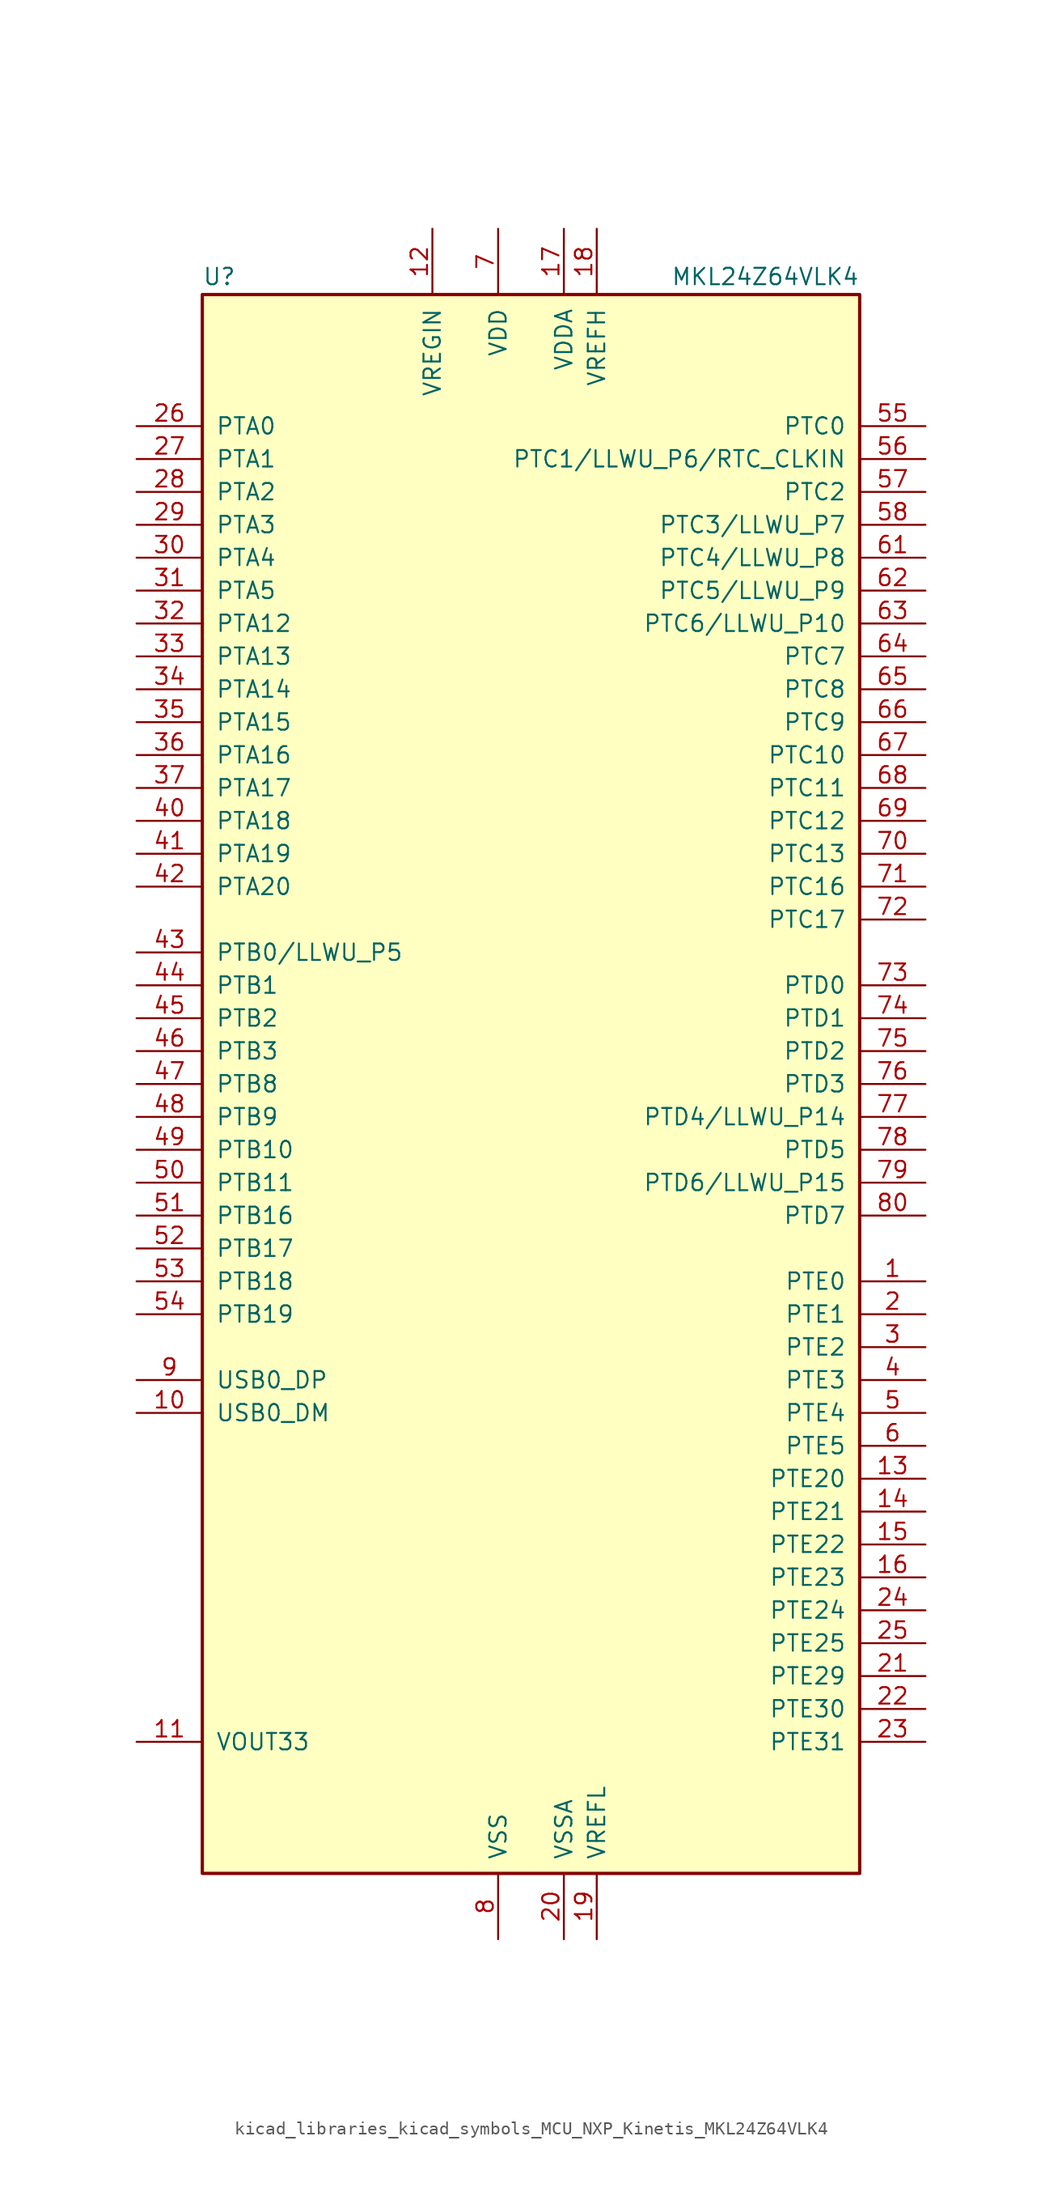
<source format=kicad_sym>
(kicad_symbol_lib
  (version 20220914)
  (generator kicad_symbol_editor)
  (symbol "kicad_libraries_kicad_symbols_MCU_NXP_Kinetis_MKL24Z64VLK4"
    (pin_names
      (offset 1.016))
    (property "Reference" "U"
      (at -25.4 61.595 0)
      (effects (font (size 1.27 1.27)) (justify left bottom)))
    (property "Value" "MKL24Z64VLK4"
      (at 25.4 61.595 0)
      (effects (font (size 1.27 1.27)) (justify right bottom)))
    (symbol "kicad_libraries_kicad_symbols_MCU_NXP_Kinetis_MKL24Z64VLK4_0_1"
      (rectangle (start -25.4 60.96) (end 25.4 -60.96) (stroke (width 0.254) (type default)) (fill (type background))))
    (symbol "kicad_libraries_kicad_symbols_MCU_NXP_Kinetis_MKL24Z64VLK4_1_1"
      (pin bidirectional line (at 30.48 -15.24 180) (length 5.08) (name "PTE0" (effects (font (size 1.27 1.27)))) (number "1" (effects (font (size 1.27 1.27)))))
      (pin bidirectional line (at -30.48 -25.4 0) (length 5.08) (name "USB0_DM" (effects (font (size 1.27 1.27)))) (number "10" (effects (font (size 1.27 1.27)))))
      (pin power_out line (at -30.48 -50.8 0) (length 5.08) (name "VOUT33" (effects (font (size 1.27 1.27)))) (number "11" (effects (font (size 1.27 1.27)))))
      (pin power_in line (at -7.62 66.04 270) (length 5.08) (name "VREGIN" (effects (font (size 1.27 1.27)))) (number "12" (effects (font (size 1.27 1.27)))))
      (pin bidirectional line (at 30.48 -30.48 180) (length 5.08) (name "PTE20" (effects (font (size 1.27 1.27)))) (number "13" (effects (font (size 1.27 1.27)))))
      (pin bidirectional line (at 30.48 -33.02 180) (length 5.08) (name "PTE21" (effects (font (size 1.27 1.27)))) (number "14" (effects (font (size 1.27 1.27)))))
      (pin bidirectional line (at 30.48 -35.56 180) (length 5.08) (name "PTE22" (effects (font (size 1.27 1.27)))) (number "15" (effects (font (size 1.27 1.27)))))
      (pin bidirectional line (at 30.48 -38.1 180) (length 5.08) (name "PTE23" (effects (font (size 1.27 1.27)))) (number "16" (effects (font (size 1.27 1.27)))))
      (pin power_in line (at 2.54 66.04 270) (length 5.08) (name "VDDA" (effects (font (size 1.27 1.27)))) (number "17" (effects (font (size 1.27 1.27)))))
      (pin power_in line (at 5.08 66.04 270) (length 5.08) (name "VREFH" (effects (font (size 1.27 1.27)))) (number "18" (effects (font (size 1.27 1.27)))))
      (pin power_in line (at 5.08 -66.04 90) (length 5.08) (name "VREFL" (effects (font (size 1.27 1.27)))) (number "19" (effects (font (size 1.27 1.27)))))
      (pin bidirectional line (at 30.48 -17.78 180) (length 5.08) (name "PTE1" (effects (font (size 1.27 1.27)))) (number "2" (effects (font (size 1.27 1.27)))))
      (pin power_in line (at 2.54 -66.04 90) (length 5.08) (name "VSSA" (effects (font (size 1.27 1.27)))) (number "20" (effects (font (size 1.27 1.27)))))
      (pin bidirectional line (at 30.48 -45.72 180) (length 5.08) (name "PTE29" (effects (font (size 1.27 1.27)))) (number "21" (effects (font (size 1.27 1.27)))))
      (pin bidirectional line (at 30.48 -48.26 180) (length 5.08) (name "PTE30" (effects (font (size 1.27 1.27)))) (number "22" (effects (font (size 1.27 1.27)))))
      (pin bidirectional line (at 30.48 -50.8 180) (length 5.08) (name "PTE31" (effects (font (size 1.27 1.27)))) (number "23" (effects (font (size 1.27 1.27)))))
      (pin bidirectional line (at 30.48 -40.64 180) (length 5.08) (name "PTE24" (effects (font (size 1.27 1.27)))) (number "24" (effects (font (size 1.27 1.27)))))
      (pin bidirectional line (at 30.48 -43.18 180) (length 5.08) (name "PTE25" (effects (font (size 1.27 1.27)))) (number "25" (effects (font (size 1.27 1.27)))))
      (pin bidirectional line (at -30.48 50.8 0) (length 5.08) (name "PTA0" (effects (font (size 1.27 1.27)))) (number "26" (effects (font (size 1.27 1.27)))))
      (pin bidirectional line (at -30.48 48.26 0) (length 5.08) (name "PTA1" (effects (font (size 1.27 1.27)))) (number "27" (effects (font (size 1.27 1.27)))))
      (pin bidirectional line (at -30.48 45.72 0) (length 5.08) (name "PTA2" (effects (font (size 1.27 1.27)))) (number "28" (effects (font (size 1.27 1.27)))))
      (pin bidirectional line (at -30.48 43.18 0) (length 5.08) (name "PTA3" (effects (font (size 1.27 1.27)))) (number "29" (effects (font (size 1.27 1.27)))))
      (pin bidirectional line (at 30.48 -20.32 180) (length 5.08) (name "PTE2" (effects (font (size 1.27 1.27)))) (number "3" (effects (font (size 1.27 1.27)))))
      (pin bidirectional line (at -30.48 40.64 0) (length 5.08) (name "PTA4" (effects (font (size 1.27 1.27)))) (number "30" (effects (font (size 1.27 1.27)))))
      (pin bidirectional line (at -30.48 38.1 0) (length 5.08) (name "PTA5" (effects (font (size 1.27 1.27)))) (number "31" (effects (font (size 1.27 1.27)))))
      (pin bidirectional line (at -30.48 35.56 0) (length 5.08) (name "PTA12" (effects (font (size 1.27 1.27)))) (number "32" (effects (font (size 1.27 1.27)))))
      (pin bidirectional line (at -30.48 33.02 0) (length 5.08) (name "PTA13" (effects (font (size 1.27 1.27)))) (number "33" (effects (font (size 1.27 1.27)))))
      (pin bidirectional line (at -30.48 30.48 0) (length 5.08) (name "PTA14" (effects (font (size 1.27 1.27)))) (number "34" (effects (font (size 1.27 1.27)))))
      (pin bidirectional line (at -30.48 27.94 0) (length 5.08) (name "PTA15" (effects (font (size 1.27 1.27)))) (number "35" (effects (font (size 1.27 1.27)))))
      (pin bidirectional line (at -30.48 25.4 0) (length 5.08) (name "PTA16" (effects (font (size 1.27 1.27)))) (number "36" (effects (font (size 1.27 1.27)))))
      (pin bidirectional line (at -30.48 22.86 0) (length 5.08) (name "PTA17" (effects (font (size 1.27 1.27)))) (number "37" (effects (font (size 1.27 1.27)))))
      (pin passive line (at -2.54 66.04 270) (length 5.08) hide (name "VDD" (effects (font (size 1.27 1.27)))) (number "38" (effects (font (size 1.27 1.27)))))
      (pin passive line (at -2.54 -66.04 90) (length 5.08) hide (name "VSS" (effects (font (size 1.27 1.27)))) (number "39" (effects (font (size 1.27 1.27)))))
      (pin bidirectional line (at 30.48 -22.86 180) (length 5.08) (name "PTE3" (effects (font (size 1.27 1.27)))) (number "4" (effects (font (size 1.27 1.27)))))
      (pin bidirectional line (at -30.48 20.32 0) (length 5.08) (name "PTA18" (effects (font (size 1.27 1.27)))) (number "40" (effects (font (size 1.27 1.27)))))
      (pin bidirectional line (at -30.48 17.78 0) (length 5.08) (name "PTA19" (effects (font (size 1.27 1.27)))) (number "41" (effects (font (size 1.27 1.27)))))
      (pin bidirectional line (at -30.48 15.24 0) (length 5.08) (name "PTA20" (effects (font (size 1.27 1.27)))) (number "42" (effects (font (size 1.27 1.27)))))
      (pin bidirectional line (at -30.48 10.16 0) (length 5.08) (name "PTB0/LLWU_P5" (effects (font (size 1.27 1.27)))) (number "43" (effects (font (size 1.27 1.27)))))
      (pin bidirectional line (at -30.48 7.62 0) (length 5.08) (name "PTB1" (effects (font (size 1.27 1.27)))) (number "44" (effects (font (size 1.27 1.27)))))
      (pin bidirectional line (at -30.48 5.08 0) (length 5.08) (name "PTB2" (effects (font (size 1.27 1.27)))) (number "45" (effects (font (size 1.27 1.27)))))
      (pin bidirectional line (at -30.48 2.54 0) (length 5.08) (name "PTB3" (effects (font (size 1.27 1.27)))) (number "46" (effects (font (size 1.27 1.27)))))
      (pin bidirectional line (at -30.48 0 0) (length 5.08) (name "PTB8" (effects (font (size 1.27 1.27)))) (number "47" (effects (font (size 1.27 1.27)))))
      (pin bidirectional line (at -30.48 -2.54 0) (length 5.08) (name "PTB9" (effects (font (size 1.27 1.27)))) (number "48" (effects (font (size 1.27 1.27)))))
      (pin bidirectional line (at -30.48 -5.08 0) (length 5.08) (name "PTB10" (effects (font (size 1.27 1.27)))) (number "49" (effects (font (size 1.27 1.27)))))
      (pin bidirectional line (at 30.48 -25.4 180) (length 5.08) (name "PTE4" (effects (font (size 1.27 1.27)))) (number "5" (effects (font (size 1.27 1.27)))))
      (pin bidirectional line (at -30.48 -7.62 0) (length 5.08) (name "PTB11" (effects (font (size 1.27 1.27)))) (number "50" (effects (font (size 1.27 1.27)))))
      (pin bidirectional line (at -30.48 -10.16 0) (length 5.08) (name "PTB16" (effects (font (size 1.27 1.27)))) (number "51" (effects (font (size 1.27 1.27)))))
      (pin bidirectional line (at -30.48 -12.7 0) (length 5.08) (name "PTB17" (effects (font (size 1.27 1.27)))) (number "52" (effects (font (size 1.27 1.27)))))
      (pin bidirectional line (at -30.48 -15.24 0) (length 5.08) (name "PTB18" (effects (font (size 1.27 1.27)))) (number "53" (effects (font (size 1.27 1.27)))))
      (pin bidirectional line (at -30.48 -17.78 0) (length 5.08) (name "PTB19" (effects (font (size 1.27 1.27)))) (number "54" (effects (font (size 1.27 1.27)))))
      (pin bidirectional line (at 30.48 50.8 180) (length 5.08) (name "PTC0" (effects (font (size 1.27 1.27)))) (number "55" (effects (font (size 1.27 1.27)))))
      (pin bidirectional line (at 30.48 48.26 180) (length 5.08) (name "PTC1/LLWU_P6/RTC_CLKIN" (effects (font (size 1.27 1.27)))) (number "56" (effects (font (size 1.27 1.27)))))
      (pin bidirectional line (at 30.48 45.72 180) (length 5.08) (name "PTC2" (effects (font (size 1.27 1.27)))) (number "57" (effects (font (size 1.27 1.27)))))
      (pin bidirectional line (at 30.48 43.18 180) (length 5.08) (name "PTC3/LLWU_P7" (effects (font (size 1.27 1.27)))) (number "58" (effects (font (size 1.27 1.27)))))
      (pin passive line (at -2.54 -66.04 90) (length 5.08) hide (name "VSS" (effects (font (size 1.27 1.27)))) (number "59" (effects (font (size 1.27 1.27)))))
      (pin bidirectional line (at 30.48 -27.94 180) (length 5.08) (name "PTE5" (effects (font (size 1.27 1.27)))) (number "6" (effects (font (size 1.27 1.27)))))
      (pin passive line (at -2.54 66.04 270) (length 5.08) hide (name "VDD" (effects (font (size 1.27 1.27)))) (number "60" (effects (font (size 1.27 1.27)))))
      (pin bidirectional line (at 30.48 40.64 180) (length 5.08) (name "PTC4/LLWU_P8" (effects (font (size 1.27 1.27)))) (number "61" (effects (font (size 1.27 1.27)))))
      (pin bidirectional line (at 30.48 38.1 180) (length 5.08) (name "PTC5/LLWU_P9" (effects (font (size 1.27 1.27)))) (number "62" (effects (font (size 1.27 1.27)))))
      (pin bidirectional line (at 30.48 35.56 180) (length 5.08) (name "PTC6/LLWU_P10" (effects (font (size 1.27 1.27)))) (number "63" (effects (font (size 1.27 1.27)))))
      (pin bidirectional line (at 30.48 33.02 180) (length 5.08) (name "PTC7" (effects (font (size 1.27 1.27)))) (number "64" (effects (font (size 1.27 1.27)))))
      (pin bidirectional line (at 30.48 30.48 180) (length 5.08) (name "PTC8" (effects (font (size 1.27 1.27)))) (number "65" (effects (font (size 1.27 1.27)))))
      (pin bidirectional line (at 30.48 27.94 180) (length 5.08) (name "PTC9" (effects (font (size 1.27 1.27)))) (number "66" (effects (font (size 1.27 1.27)))))
      (pin bidirectional line (at 30.48 25.4 180) (length 5.08) (name "PTC10" (effects (font (size 1.27 1.27)))) (number "67" (effects (font (size 1.27 1.27)))))
      (pin bidirectional line (at 30.48 22.86 180) (length 5.08) (name "PTC11" (effects (font (size 1.27 1.27)))) (number "68" (effects (font (size 1.27 1.27)))))
      (pin bidirectional line (at 30.48 20.32 180) (length 5.08) (name "PTC12" (effects (font (size 1.27 1.27)))) (number "69" (effects (font (size 1.27 1.27)))))
      (pin power_in line (at -2.54 66.04 270) (length 5.08) (name "VDD" (effects (font (size 1.27 1.27)))) (number "7" (effects (font (size 1.27 1.27)))))
      (pin bidirectional line (at 30.48 17.78 180) (length 5.08) (name "PTC13" (effects (font (size 1.27 1.27)))) (number "70" (effects (font (size 1.27 1.27)))))
      (pin bidirectional line (at 30.48 15.24 180) (length 5.08) (name "PTC16" (effects (font (size 1.27 1.27)))) (number "71" (effects (font (size 1.27 1.27)))))
      (pin bidirectional line (at 30.48 12.7 180) (length 5.08) (name "PTC17" (effects (font (size 1.27 1.27)))) (number "72" (effects (font (size 1.27 1.27)))))
      (pin bidirectional line (at 30.48 7.62 180) (length 5.08) (name "PTD0" (effects (font (size 1.27 1.27)))) (number "73" (effects (font (size 1.27 1.27)))))
      (pin bidirectional line (at 30.48 5.08 180) (length 5.08) (name "PTD1" (effects (font (size 1.27 1.27)))) (number "74" (effects (font (size 1.27 1.27)))))
      (pin bidirectional line (at 30.48 2.54 180) (length 5.08) (name "PTD2" (effects (font (size 1.27 1.27)))) (number "75" (effects (font (size 1.27 1.27)))))
      (pin bidirectional line (at 30.48 0 180) (length 5.08) (name "PTD3" (effects (font (size 1.27 1.27)))) (number "76" (effects (font (size 1.27 1.27)))))
      (pin bidirectional line (at 30.48 -2.54 180) (length 5.08) (name "PTD4/LLWU_P14" (effects (font (size 1.27 1.27)))) (number "77" (effects (font (size 1.27 1.27)))))
      (pin bidirectional line (at 30.48 -5.08 180) (length 5.08) (name "PTD5" (effects (font (size 1.27 1.27)))) (number "78" (effects (font (size 1.27 1.27)))))
      (pin bidirectional line (at 30.48 -7.62 180) (length 5.08) (name "PTD6/LLWU_P15" (effects (font (size 1.27 1.27)))) (number "79" (effects (font (size 1.27 1.27)))))
      (pin power_in line (at -2.54 -66.04 90) (length 5.08) (name "VSS" (effects (font (size 1.27 1.27)))) (number "8" (effects (font (size 1.27 1.27)))))
      (pin bidirectional line (at 30.48 -10.16 180) (length 5.08) (name "PTD7" (effects (font (size 1.27 1.27)))) (number "80" (effects (font (size 1.27 1.27)))))
      (pin bidirectional line (at -30.48 -22.86 0) (length 5.08) (name "USB0_DP" (effects (font (size 1.27 1.27)))) (number "9" (effects (font (size 1.27 1.27))))))))
</source>
